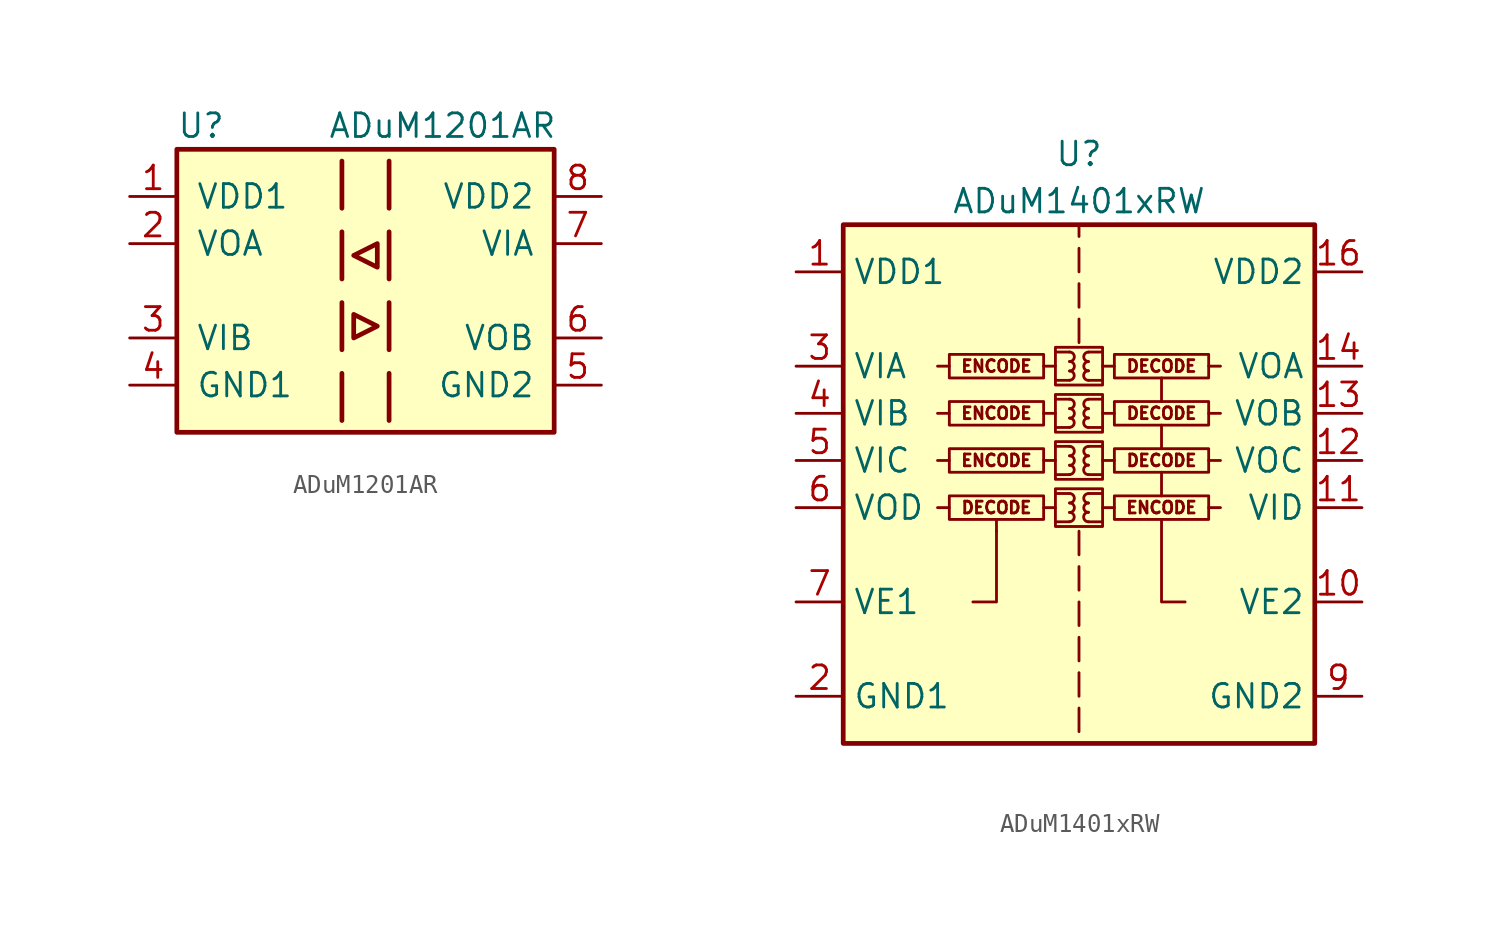
<source format=kicad_sym>
(kicad_symbol_lib
  (version 20201005)
  (generator kicad_symbol_editor)
  (symbol "Isolator_Digital:ADuM1201AR"
    (pin_names
      (offset 1.016))
    (property "Reference" "U"
      (at -10.16 8.89 0)
      (effects (font (size 1.27 1.27)) (justify left)))
    (property "Value" "ADuM1201AR"
      (at -2.032 8.89 0)
      (effects (font (size 1.27 1.27)) (justify left)))
    (symbol "ADuM1201AR_0_1"
      (rectangle (start -10.16 7.62) (end 10.16 -7.62) (stroke (width 0.254)) (fill (type background)))
      (polyline (pts (xy -1.27 -4.445) (xy -1.27 -6.985)) (stroke (width 0.254)) (fill (type none)))
      (polyline (pts (xy -1.27 -0.635) (xy -1.27 -3.175)) (stroke (width 0.254)) (fill (type none)))
      (polyline (pts (xy -1.27 3.175) (xy -1.27 0.635)) (stroke (width 0.254)) (fill (type none)))
      (polyline (pts (xy -1.27 6.985) (xy -1.27 4.445)) (stroke (width 0.254)) (fill (type none)))
      (polyline (pts (xy 1.27 -4.445) (xy 1.27 -6.985)) (stroke (width 0.254)) (fill (type none)))
      (polyline (pts (xy 1.27 -0.635) (xy 1.27 -3.175)) (stroke (width 0.254)) (fill (type none)))
      (polyline (pts (xy 1.27 3.175) (xy 1.27 0.635)) (stroke (width 0.254)) (fill (type none)))
      (polyline (pts (xy 1.27 6.985) (xy 1.27 4.445)) (stroke (width 0.254)) (fill (type none)))
      (polyline (pts (xy -0.635 -1.27) (xy -0.635 -2.54) (xy 0.635 -1.905) (xy -0.635 -1.27)) (stroke (width 0.254)) (fill (type none)))
      (polyline (pts (xy 0.635 2.54) (xy 0.635 1.27) (xy -0.635 1.905) (xy 0.635 2.54)) (stroke (width 0.254)) (fill (type none))))
    (symbol "ADuM1201AR_1_1"
      (pin power_in line (at -12.7 5.08 0) (length 2.54) (name "VDD1" (effects (font (size 1.27 1.27)))) (number "1" (effects (font (size 1.27 1.27)))))
      (pin output line (at -12.7 2.54 0) (length 2.54) (name "VOA" (effects (font (size 1.27 1.27)))) (number "2" (effects (font (size 1.27 1.27)))))
      (pin input line (at -12.7 -2.54 0) (length 2.54) (name "VIB" (effects (font (size 1.27 1.27)))) (number "3" (effects (font (size 1.27 1.27)))))
      (pin power_in line (at -12.7 -5.08 0) (length 2.54) (name "GND1" (effects (font (size 1.27 1.27)))) (number "4" (effects (font (size 1.27 1.27)))))
      (pin power_in line (at 12.7 -5.08 180) (length 2.54) (name "GND2" (effects (font (size 1.27 1.27)))) (number "5" (effects (font (size 1.27 1.27)))))
      (pin output line (at 12.7 -2.54 180) (length 2.54) (name "VOB" (effects (font (size 1.27 1.27)))) (number "6" (effects (font (size 1.27 1.27)))))
      (pin input line (at 12.7 2.54 180) (length 2.54) (name "VIA" (effects (font (size 1.27 1.27)))) (number "7" (effects (font (size 1.27 1.27)))))
      (pin power_in line (at 12.7 5.08 180) (length 2.54) (name "VDD2" (effects (font (size 1.27 1.27)))) (number "8" (effects (font (size 1.27 1.27)))))))
  (symbol "Isolator_Digital:ADuM1401xRW"
    (property "Reference" "U"
      (at 0 19.05 0)
      (effects (font (size 1.27 1.27))))
    (property "Value" "ADuM1401xRW"
      (at 0 16.51 0)
      (effects (font (size 1.27 1.27))))
    (symbol "ADuM1401xRW_0_0"
      (arc (start -0.508 -0.762) (end -0.508 -0.254) (radius (at -0.508 -0.508) (length 0.254) (angles -89.9 89.9)) (stroke (width 0)) (fill (type none)))
      (arc (start -0.508 -0.254) (end -0.508 0.254) (radius (at -0.508 0) (length 0.254) (angles -89.9 89.9)) (stroke (width 0)) (fill (type none)))
      (arc (start -0.508 0.254) (end -0.508 0.762) (radius (at -0.508 0.508) (length 0.254) (angles -89.9 89.9)) (stroke (width 0)) (fill (type none)))
      (arc (start -0.508 1.778) (end -0.508 2.286) (radius (at -0.508 2.032) (length 0.254) (angles -89.9 89.9)) (stroke (width 0)) (fill (type none)))
      (arc (start -0.508 2.286) (end -0.508 2.794) (radius (at -0.508 2.54) (length 0.254) (angles -89.9 89.9)) (stroke (width 0)) (fill (type none)))
      (arc (start -0.508 2.794) (end -0.508 3.302) (radius (at -0.508 3.048) (length 0.254) (angles -89.9 89.9)) (stroke (width 0)) (fill (type none)))
      (arc (start -0.508 4.318) (end -0.508 4.826) (radius (at -0.508 4.572) (length 0.254) (angles -89.9 89.9)) (stroke (width 0)) (fill (type none)))
      (arc (start -0.508 4.826) (end -0.508 5.334) (radius (at -0.508 5.08) (length 0.254) (angles -89.9 89.9)) (stroke (width 0)) (fill (type none)))
      (arc (start -0.508 5.334) (end -0.508 5.842) (radius (at -0.508 5.588) (length 0.254) (angles -89.9 89.9)) (stroke (width 0)) (fill (type none)))
      (arc (start -0.508 6.858) (end -0.508 7.366) (radius (at -0.508 7.112) (length 0.254) (angles -89.9 89.9)) (stroke (width 0)) (fill (type none)))
      (arc (start -0.508 7.366) (end -0.508 7.874) (radius (at -0.508 7.62) (length 0.254) (angles -89.9 89.9)) (stroke (width 0)) (fill (type none)))
      (arc (start -0.508 7.874) (end -0.508 8.382) (radius (at -0.508 8.128) (length 0.254) (angles -89.9 89.9)) (stroke (width 0)) (fill (type none)))
      (arc (start 0.508 -0.254) (end 0.508 -0.762) (radius (at 0.508 -0.508) (length 0.254) (angles 90.1 -90.1)) (stroke (width 0)) (fill (type none)))
      (arc (start 0.508 0.254) (end 0.508 -0.254) (radius (at 0.508 0) (length 0.254) (angles 90.1 -90.1)) (stroke (width 0)) (fill (type none)))
      (arc (start 0.508 0.762) (end 0.508 0.254) (radius (at 0.508 0.508) (length 0.254) (angles 90.1 -90.1)) (stroke (width 0)) (fill (type none)))
      (arc (start 0.508 2.286) (end 0.508 1.778) (radius (at 0.508 2.032) (length 0.254) (angles 90.1 -90.1)) (stroke (width 0)) (fill (type none)))
      (arc (start 0.508 2.794) (end 0.508 2.286) (radius (at 0.508 2.54) (length 0.254) (angles 90.1 -90.1)) (stroke (width 0)) (fill (type none)))
      (arc (start 0.508 3.302) (end 0.508 2.794) (radius (at 0.508 3.048) (length 0.254) (angles 90.1 -90.1)) (stroke (width 0)) (fill (type none)))
      (arc (start 0.508 4.826) (end 0.508 4.318) (radius (at 0.508 4.572) (length 0.254) (angles 90.1 -90.1)) (stroke (width 0)) (fill (type none)))
      (arc (start 0.508 5.334) (end 0.508 4.826) (radius (at 0.508 5.08) (length 0.254) (angles 90.1 -90.1)) (stroke (width 0)) (fill (type none)))
      (arc (start 0.508 5.842) (end 0.508 5.334) (radius (at 0.508 5.588) (length 0.254) (angles 90.1 -90.1)) (stroke (width 0)) (fill (type none)))
      (arc (start 0.508 7.366) (end 0.508 6.858) (radius (at 0.508 7.112) (length 0.254) (angles 90.1 -90.1)) (stroke (width 0)) (fill (type none)))
      (arc (start 0.508 7.874) (end 0.508 7.366) (radius (at 0.508 7.62) (length 0.254) (angles 90.1 -90.1)) (stroke (width 0)) (fill (type none)))
      (arc (start 0.508 8.382) (end 0.508 7.874) (radius (at 0.508 8.128) (length 0.254) (angles 90.1 -90.1)) (stroke (width 0)) (fill (type none)))
      (text "DECODE" (at -4.445 0 0) (effects (font (size 0.635 0.635))))
      (text "DECODE" (at 4.445 2.54 0) (effects (font (size 0.635 0.635))))
      (text "DECODE" (at 4.445 5.08 0) (effects (font (size 0.635 0.635))))
      (text "DECODE" (at 4.445 7.62 0) (effects (font (size 0.635 0.635))))
      (text "ENCODE" (at -4.445 2.54 0) (effects (font (size 0.635 0.635))))
      (text "ENCODE" (at -4.445 5.08 0) (effects (font (size 0.635 0.635))))
      (text "ENCODE" (at -4.445 7.62 0) (effects (font (size 0.635 0.635))))
      (text "ENCODE" (at 4.445 0 0) (effects (font (size 0.635 0.635))))
      (rectangle (start -1.905 0.635) (end -6.985 -0.635) (stroke (width 0)) (fill (type none)))
      (rectangle (start -1.27 1.016) (end 1.27 -1.016) (stroke (width 0)) (fill (type none)))
      (rectangle (start -1.27 3.556) (end 1.27 1.524) (stroke (width 0)) (fill (type none)))
      (rectangle (start -1.27 6.096) (end 1.27 4.064) (stroke (width 0)) (fill (type none)))
      (rectangle (start -1.27 8.636) (end 1.27 6.604) (stroke (width 0)) (fill (type none)))
      (rectangle (start 1.905 0.635) (end 6.985 -0.635) (stroke (width 0)) (fill (type none)))
      (rectangle (start 1.905 3.175) (end 6.985 1.905) (stroke (width 0)) (fill (type none)))
      (rectangle (start 1.905 5.715) (end 6.985 4.445) (stroke (width 0)) (fill (type none)))
      (rectangle (start 1.905 8.255) (end 6.985 6.985) (stroke (width 0)) (fill (type none)))
      (polyline (pts (xy -6.985 0) (xy -7.62 0)) (stroke (width 0)) (fill (type none)))
      (polyline (pts (xy -6.985 2.54) (xy -7.62 2.54)) (stroke (width 0)) (fill (type none)))
      (polyline (pts (xy -6.985 5.08) (xy -7.62 5.08)) (stroke (width 0)) (fill (type none)))
      (polyline (pts (xy -6.985 7.62) (xy -7.62 7.62)) (stroke (width 0)) (fill (type none)))
      (polyline (pts (xy -4.445 -1.27) (xy -4.445 -0.635)) (stroke (width 0)) (fill (type none)))
      (polyline (pts (xy -1.905 0) (xy -1.27 0)) (stroke (width 0)) (fill (type none)))
      (polyline (pts (xy -1.905 2.54) (xy -1.27 2.54)) (stroke (width 0)) (fill (type none)))
      (polyline (pts (xy -1.905 5.08) (xy -1.27 5.08)) (stroke (width 0)) (fill (type none)))
      (polyline (pts (xy -1.905 7.62) (xy -1.27 7.62)) (stroke (width 0)) (fill (type none)))
      (polyline (pts (xy -1.27 -0.762) (xy -0.508 -0.762)) (stroke (width 0)) (fill (type none)))
      (polyline (pts (xy -1.27 0.762) (xy -0.508 0.762)) (stroke (width 0)) (fill (type none)))
      (polyline (pts (xy -1.27 1.778) (xy -0.508 1.778)) (stroke (width 0)) (fill (type none)))
      (polyline (pts (xy -1.27 3.302) (xy -0.508 3.302)) (stroke (width 0)) (fill (type none)))
      (polyline (pts (xy -1.27 4.318) (xy -0.508 4.318)) (stroke (width 0)) (fill (type none)))
      (polyline (pts (xy -1.27 5.842) (xy -0.508 5.842)) (stroke (width 0)) (fill (type none)))
      (polyline (pts (xy -1.27 6.858) (xy -0.508 6.858)) (stroke (width 0)) (fill (type none)))
      (polyline (pts (xy -1.27 8.382) (xy -0.508 8.382)) (stroke (width 0)) (fill (type none)))
      (polyline (pts (xy 0 -10.795) (xy 0 -12.065)) (stroke (width 0)) (fill (type none)))
      (polyline (pts (xy 0 -8.89) (xy 0 -10.16)) (stroke (width 0)) (fill (type none)))
      (polyline (pts (xy 0 -6.985) (xy 0 -8.255)) (stroke (width 0)) (fill (type none)))
      (polyline (pts (xy 0 -5.08) (xy 0 -6.35)) (stroke (width 0)) (fill (type none)))
      (polyline (pts (xy 0 -3.175) (xy 0 -4.445)) (stroke (width 0)) (fill (type none)))
      (polyline (pts (xy 0 -1.27) (xy 0 -2.54)) (stroke (width 0)) (fill (type none)))
      (polyline (pts (xy 0 8.89) (xy 0 10.16)) (stroke (width 0)) (fill (type none)))
      (polyline (pts (xy 0 10.795) (xy 0 12.065)) (stroke (width 0)) (fill (type none)))
      (polyline (pts (xy 0 12.7) (xy 0 13.97)) (stroke (width 0)) (fill (type none)))
      (polyline (pts (xy 0 15.24) (xy 0 14.605)) (stroke (width 0)) (fill (type none)))
      (polyline (pts (xy 1.27 -0.762) (xy 0.508 -0.762)) (stroke (width 0)) (fill (type none)))
      (polyline (pts (xy 1.27 0.762) (xy 0.508 0.762)) (stroke (width 0)) (fill (type none)))
      (polyline (pts (xy 1.27 1.778) (xy 0.508 1.778)) (stroke (width 0)) (fill (type none)))
      (polyline (pts (xy 1.27 3.302) (xy 0.508 3.302)) (stroke (width 0)) (fill (type none)))
      (polyline (pts (xy 1.27 4.318) (xy 0.508 4.318)) (stroke (width 0)) (fill (type none)))
      (polyline (pts (xy 1.27 5.842) (xy 0.508 5.842)) (stroke (width 0)) (fill (type none)))
      (polyline (pts (xy 1.27 6.858) (xy 0.508 6.858)) (stroke (width 0)) (fill (type none)))
      (polyline (pts (xy 1.27 8.382) (xy 0.508 8.382)) (stroke (width 0)) (fill (type none)))
      (polyline (pts (xy 1.905 0) (xy 1.27 0)) (stroke (width 0)) (fill (type none)))
      (polyline (pts (xy 1.905 2.54) (xy 1.27 2.54)) (stroke (width 0)) (fill (type none)))
      (polyline (pts (xy 1.905 5.08) (xy 1.27 5.08)) (stroke (width 0)) (fill (type none)))
      (polyline (pts (xy 1.905 7.62) (xy 1.27 7.62)) (stroke (width 0)) (fill (type none)))
      (polyline (pts (xy 4.445 0.635) (xy 4.445 1.905)) (stroke (width 0)) (fill (type none)))
      (polyline (pts (xy 4.445 3.175) (xy 4.445 4.445)) (stroke (width 0)) (fill (type none)))
      (polyline (pts (xy 4.445 5.715) (xy 4.445 6.985)) (stroke (width 0)) (fill (type none)))
      (polyline (pts (xy 6.985 0) (xy 7.62 0)) (stroke (width 0)) (fill (type none)))
      (polyline (pts (xy 6.985 2.54) (xy 7.62 2.54)) (stroke (width 0)) (fill (type none)))
      (polyline (pts (xy 6.985 5.08) (xy 7.62 5.08)) (stroke (width 0)) (fill (type none)))
      (polyline (pts (xy 6.985 7.62) (xy 7.62 7.62)) (stroke (width 0)) (fill (type none)))
      (polyline (pts (xy -4.445 -1.27) (xy -4.445 -5.08) (xy -5.715 -5.08)) (stroke (width 0)) (fill (type none)))
      (polyline (pts (xy 5.715 -5.08) (xy 4.445 -5.08) (xy 4.445 -0.635)) (stroke (width 0)) (fill (type none))))
    (symbol "ADuM1401xRW_0_1"
      (rectangle (start -1.905 3.175) (end -6.985 1.905) (stroke (width 0)) (fill (type none)))
      (rectangle (start -1.905 5.715) (end -6.985 4.445) (stroke (width 0)) (fill (type none)))
      (rectangle (start -1.905 8.255) (end -6.985 6.985) (stroke (width 0)) (fill (type none)))
      (rectangle (start -12.7 15.24) (end 12.7 -12.7) (stroke (width 0.254)) (fill (type background))))
    (symbol "ADuM1401xRW_1_1"
      (pin power_in line (at -15.24 12.7 0) (length 2.54) (name "VDD1" (effects (font (size 1.27 1.27)))) (number "1" (effects (font (size 1.27 1.27)))))
      (pin input line (at 15.24 -5.08 180) (length 2.54) (name "VE2" (effects (font (size 1.27 1.27)))) (number "10" (effects (font (size 1.27 1.27)))))
      (pin input line (at 15.24 0 180) (length 2.54) (name "VID" (effects (font (size 1.27 1.27)))) (number "11" (effects (font (size 1.27 1.27)))))
      (pin output line (at 15.24 2.54 180) (length 2.54) (name "VOC" (effects (font (size 1.27 1.27)))) (number "12" (effects (font (size 1.27 1.27)))))
      (pin output line (at 15.24 5.08 180) (length 2.54) (name "VOB" (effects (font (size 1.27 1.27)))) (number "13" (effects (font (size 1.27 1.27)))))
      (pin output line (at 15.24 7.62 180) (length 2.54) (name "VOA" (effects (font (size 1.27 1.27)))) (number "14" (effects (font (size 1.27 1.27)))))
      (pin passive line (at 15.24 -10.16 180) (length 2.54) hide (name "GND2" (effects (font (size 1.27 1.27)))) (number "15" (effects (font (size 1.27 1.27)))))
      (pin power_in line (at 15.24 12.7 180) (length 2.54) (name "VDD2" (effects (font (size 1.27 1.27)))) (number "16" (effects (font (size 1.27 1.27)))))
      (pin power_in line (at -15.24 -10.16 0) (length 2.54) (name "GND1" (effects (font (size 1.27 1.27)))) (number "2" (effects (font (size 1.27 1.27)))))
      (pin input line (at -15.24 7.62 0) (length 2.54) (name "VIA" (effects (font (size 1.27 1.27)))) (number "3" (effects (font (size 1.27 1.27)))))
      (pin input line (at -15.24 5.08 0) (length 2.54) (name "VIB" (effects (font (size 1.27 1.27)))) (number "4" (effects (font (size 1.27 1.27)))))
      (pin input line (at -15.24 2.54 0) (length 2.54) (name "VIC" (effects (font (size 1.27 1.27)))) (number "5" (effects (font (size 1.27 1.27)))))
      (pin output line (at -15.24 0 0) (length 2.54) (name "VOD" (effects (font (size 1.27 1.27)))) (number "6" (effects (font (size 1.27 1.27)))))
      (pin input line (at -15.24 -5.08 0) (length 2.54) (name "VE1" (effects (font (size 1.27 1.27)))) (number "7" (effects (font (size 1.27 1.27)))))
      (pin passive line (at -15.24 -10.16 0) (length 2.54) hide (name "GND1" (effects (font (size 1.27 1.27)))) (number "8" (effects (font (size 1.27 1.27)))))
      (pin power_in line (at 15.24 -10.16 180) (length 2.54) (name "GND2" (effects (font (size 1.27 1.27)))) (number "9" (effects (font (size 1.27 1.27))))))))
</source>
